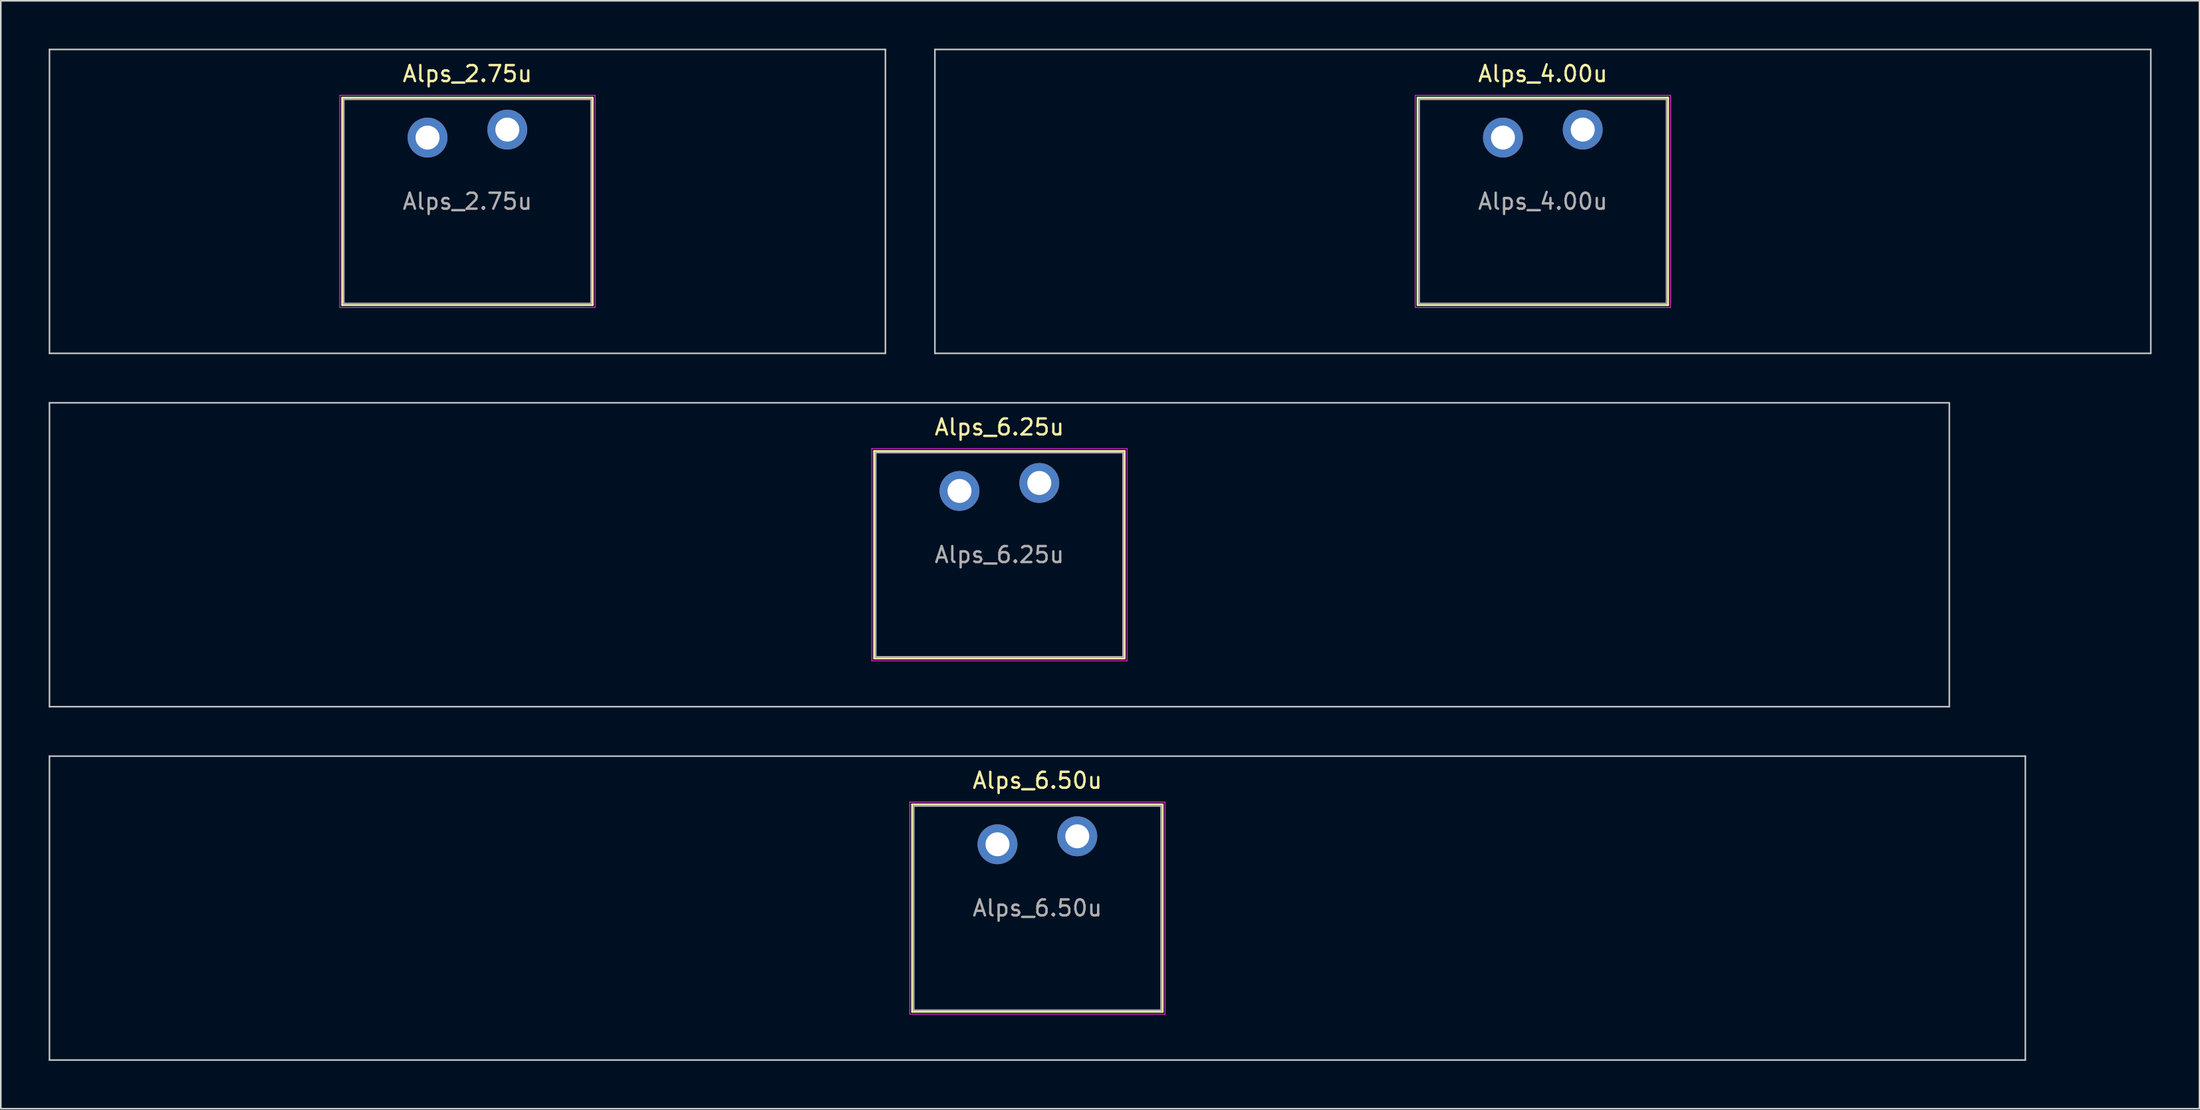
<source format=kicad_pcb>
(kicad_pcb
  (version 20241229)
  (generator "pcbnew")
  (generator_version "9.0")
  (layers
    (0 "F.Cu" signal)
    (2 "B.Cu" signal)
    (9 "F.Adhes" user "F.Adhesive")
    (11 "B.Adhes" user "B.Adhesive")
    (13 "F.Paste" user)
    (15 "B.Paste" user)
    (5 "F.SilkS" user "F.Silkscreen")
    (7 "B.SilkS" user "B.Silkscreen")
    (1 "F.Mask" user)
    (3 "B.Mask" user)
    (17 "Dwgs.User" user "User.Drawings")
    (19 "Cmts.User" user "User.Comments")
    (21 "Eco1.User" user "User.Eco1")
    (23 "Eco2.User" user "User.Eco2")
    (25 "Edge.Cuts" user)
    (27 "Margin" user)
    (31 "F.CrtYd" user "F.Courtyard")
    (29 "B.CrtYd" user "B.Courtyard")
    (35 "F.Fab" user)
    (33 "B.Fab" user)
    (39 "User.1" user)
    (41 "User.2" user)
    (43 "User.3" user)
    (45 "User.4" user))
  (footprint "Alps_6.25u"
    (layer "F.Cu")
    (at 59.581 31.725)
    (property "Reference" "Alps_6.25u" (at 0 -8 0) (layer "F.SilkS") (effects (font (size 1 1) (thickness 0.15))))
    (attr through_hole)
    (fp_line (start -7.85 -6.5) (end -7.85 6.5) (stroke (width 0.12) (type solid)) (layer "F.SilkS"))
    (fp_line (start -7.85 6.5) (end 7.85 6.5) (stroke (width 0.12) (type solid)) (layer "F.SilkS"))
    (fp_line (start 7.85 -6.5) (end -7.85 -6.5) (stroke (width 0.12) (type solid)) (layer "F.SilkS"))
    (fp_line (start 7.85 6.5) (end 7.85 -6.5) (stroke (width 0.12) (type solid)) (layer "F.SilkS"))
    (fp_line (start -59.531 -9.525) (end -59.531 9.525) (stroke (width 0.1) (type solid)) (layer "Dwgs.User"))
    (fp_line (start -59.531 9.525) (end 59.531 9.525) (stroke (width 0.1) (type solid)) (layer "Dwgs.User"))
    (fp_line (start 59.531 -9.525) (end -59.531 -9.525) (stroke (width 0.1) (type solid)) (layer "Dwgs.User"))
    (fp_line (start 59.531 9.525) (end 59.531 -9.525) (stroke (width 0.1) (type solid)) (layer "Dwgs.User"))
    (fp_line (start -7.75 -6.4) (end -7.75 6.4) (stroke (width 0.1) (type solid)) (layer "Eco1.User"))
    (fp_line (start -7.75 6.4) (end 7.75 6.4) (stroke (width 0.1) (type solid)) (layer "Eco1.User"))
    (fp_line (start 7.75 -6.4) (end -7.75 -6.4) (stroke (width 0.1) (type solid)) (layer "Eco1.User"))
    (fp_line (start 7.75 6.4) (end 7.75 -6.4) (stroke (width 0.1) (type solid)) (layer "Eco1.User"))
    (fp_line (start -8 -6.65) (end -8 6.65) (stroke (width 0.05) (type solid)) (layer "F.CrtYd"))
    (fp_line (start -8 6.65) (end 8 6.65) (stroke (width 0.05) (type solid)) (layer "F.CrtYd"))
    (fp_line (start 8 -6.65) (end -8 -6.65) (stroke (width 0.05) (type solid)) (layer "F.CrtYd"))
    (fp_line (start 8 6.65) (end 8 -6.65) (stroke (width 0.05) (type solid)) (layer "F.CrtYd"))
    (fp_line (start -7.75 -6.4) (end -7.75 6.4) (stroke (width 0.1) (type solid)) (layer "F.Fab"))
    (fp_line (start -7.75 6.4) (end 7.75 6.4) (stroke (width 0.1) (type solid)) (layer "F.Fab"))
    (fp_line (start 7.75 -6.4) (end -7.75 -6.4) (stroke (width 0.1) (type solid)) (layer "F.Fab"))
    (fp_line (start 7.75 6.4) (end 7.75 -6.4) (stroke (width 0.1) (type solid)) (layer "F.Fab"))
    (fp_text user "${REFERENCE}" (at 0 0 0) (layer "F.Fab") (effects (font (size 1 1) (thickness 0.15))))
    (pad "1" thru_hole circle (at -2.5 -4) (size 2.5 2.5) (drill 1.5) (layers "*.Cu" "*.Mask"))
    (pad "2" thru_hole circle (at 2.5 -4.5) (size 2.5 2.5) (drill 1.5) (layers "*.Cu" "*.Mask")))
  (footprint "Alps_6.50u"
    (layer "F.Cu")
    (at 61.962 53.875)
    (property "Reference" "Alps_6.50u" (at 0 -8 0) (layer "F.SilkS") (effects (font (size 1 1) (thickness 0.15))))
    (attr through_hole)
    (fp_line (start -7.85 -6.5) (end -7.85 6.5) (stroke (width 0.12) (type solid)) (layer "F.SilkS"))
    (fp_line (start -7.85 6.5) (end 7.85 6.5) (stroke (width 0.12) (type solid)) (layer "F.SilkS"))
    (fp_line (start 7.85 -6.5) (end -7.85 -6.5) (stroke (width 0.12) (type solid)) (layer "F.SilkS"))
    (fp_line (start 7.85 6.5) (end 7.85 -6.5) (stroke (width 0.12) (type solid)) (layer "F.SilkS"))
    (fp_line (start -61.913 -9.525) (end -61.913 9.525) (stroke (width 0.1) (type solid)) (layer "Dwgs.User"))
    (fp_line (start -61.913 9.525) (end 61.913 9.525) (stroke (width 0.1) (type solid)) (layer "Dwgs.User"))
    (fp_line (start 61.913 -9.525) (end -61.913 -9.525) (stroke (width 0.1) (type solid)) (layer "Dwgs.User"))
    (fp_line (start 61.913 9.525) (end 61.913 -9.525) (stroke (width 0.1) (type solid)) (layer "Dwgs.User"))
    (fp_line (start -7.75 -6.4) (end -7.75 6.4) (stroke (width 0.1) (type solid)) (layer "Eco1.User"))
    (fp_line (start -7.75 6.4) (end 7.75 6.4) (stroke (width 0.1) (type solid)) (layer "Eco1.User"))
    (fp_line (start 7.75 -6.4) (end -7.75 -6.4) (stroke (width 0.1) (type solid)) (layer "Eco1.User"))
    (fp_line (start 7.75 6.4) (end 7.75 -6.4) (stroke (width 0.1) (type solid)) (layer "Eco1.User"))
    (fp_line (start -8 -6.65) (end -8 6.65) (stroke (width 0.05) (type solid)) (layer "F.CrtYd"))
    (fp_line (start -8 6.65) (end 8 6.65) (stroke (width 0.05) (type solid)) (layer "F.CrtYd"))
    (fp_line (start 8 -6.65) (end -8 -6.65) (stroke (width 0.05) (type solid)) (layer "F.CrtYd"))
    (fp_line (start 8 6.65) (end 8 -6.65) (stroke (width 0.05) (type solid)) (layer "F.CrtYd"))
    (fp_line (start -7.75 -6.4) (end -7.75 6.4) (stroke (width 0.1) (type solid)) (layer "F.Fab"))
    (fp_line (start -7.75 6.4) (end 7.75 6.4) (stroke (width 0.1) (type solid)) (layer "F.Fab"))
    (fp_line (start 7.75 -6.4) (end -7.75 -6.4) (stroke (width 0.1) (type solid)) (layer "F.Fab"))
    (fp_line (start 7.75 6.4) (end 7.75 -6.4) (stroke (width 0.1) (type solid)) (layer "F.Fab"))
    (fp_text user "${REFERENCE}" (at 0 0 0) (layer "F.Fab") (effects (font (size 1 1) (thickness 0.15))))
    (pad "1" thru_hole circle (at -2.5 -4) (size 2.5 2.5) (drill 1.5) (layers "*.Cu" "*.Mask"))
    (pad "2" thru_hole circle (at 2.5 -4.5) (size 2.5 2.5) (drill 1.5) (layers "*.Cu" "*.Mask")))
  (footprint "Alps_2.75u"
    (layer "F.Cu")
    (at 26.244 9.575)
    (property "Reference" "Alps_2.75u" (at 0 -8 0) (layer "F.SilkS") (effects (font (size 1 1) (thickness 0.15))))
    (attr through_hole)
    (fp_line (start -7.85 -6.5) (end -7.85 6.5) (stroke (width 0.12) (type solid)) (layer "F.SilkS"))
    (fp_line (start -7.85 6.5) (end 7.85 6.5) (stroke (width 0.12) (type solid)) (layer "F.SilkS"))
    (fp_line (start 7.85 -6.5) (end -7.85 -6.5) (stroke (width 0.12) (type solid)) (layer "F.SilkS"))
    (fp_line (start 7.85 6.5) (end 7.85 -6.5) (stroke (width 0.12) (type solid)) (layer "F.SilkS"))
    (fp_line (start -26.194 -9.525) (end -26.194 9.525) (stroke (width 0.1) (type solid)) (layer "Dwgs.User"))
    (fp_line (start -26.194 9.525) (end 26.194 9.525) (stroke (width 0.1) (type solid)) (layer "Dwgs.User"))
    (fp_line (start 26.194 -9.525) (end -26.194 -9.525) (stroke (width 0.1) (type solid)) (layer "Dwgs.User"))
    (fp_line (start 26.194 9.525) (end 26.194 -9.525) (stroke (width 0.1) (type solid)) (layer "Dwgs.User"))
    (fp_line (start -7.75 -6.4) (end -7.75 6.4) (stroke (width 0.1) (type solid)) (layer "Eco1.User"))
    (fp_line (start -7.75 6.4) (end 7.75 6.4) (stroke (width 0.1) (type solid)) (layer "Eco1.User"))
    (fp_line (start 7.75 -6.4) (end -7.75 -6.4) (stroke (width 0.1) (type solid)) (layer "Eco1.User"))
    (fp_line (start 7.75 6.4) (end 7.75 -6.4) (stroke (width 0.1) (type solid)) (layer "Eco1.User"))
    (fp_line (start -8 -6.65) (end -8 6.65) (stroke (width 0.05) (type solid)) (layer "F.CrtYd"))
    (fp_line (start -8 6.65) (end 8 6.65) (stroke (width 0.05) (type solid)) (layer "F.CrtYd"))
    (fp_line (start 8 -6.65) (end -8 -6.65) (stroke (width 0.05) (type solid)) (layer "F.CrtYd"))
    (fp_line (start 8 6.65) (end 8 -6.65) (stroke (width 0.05) (type solid)) (layer "F.CrtYd"))
    (fp_line (start -7.75 -6.4) (end -7.75 6.4) (stroke (width 0.1) (type solid)) (layer "F.Fab"))
    (fp_line (start -7.75 6.4) (end 7.75 6.4) (stroke (width 0.1) (type solid)) (layer "F.Fab"))
    (fp_line (start 7.75 -6.4) (end -7.75 -6.4) (stroke (width 0.1) (type solid)) (layer "F.Fab"))
    (fp_line (start 7.75 6.4) (end 7.75 -6.4) (stroke (width 0.1) (type solid)) (layer "F.Fab"))
    (fp_text user "${REFERENCE}" (at 0 0 0) (layer "F.Fab") (effects (font (size 1 1) (thickness 0.15))))
    (pad "1" thru_hole circle (at -2.5 -4) (size 2.5 2.5) (drill 1.5) (layers "*.Cu" "*.Mask"))
    (pad "2" thru_hole circle (at 2.5 -4.5) (size 2.5 2.5) (drill 1.5) (layers "*.Cu" "*.Mask")))
  (footprint "Alps_4.00u"
    (layer "F.Cu")
    (at 93.638 9.575)
    (property "Reference" "Alps_4.00u" (at 0 -8 0) (layer "F.SilkS") (effects (font (size 1 1) (thickness 0.15))))
    (attr through_hole)
    (fp_line (start -7.85 -6.5) (end -7.85 6.5) (stroke (width 0.12) (type solid)) (layer "F.SilkS"))
    (fp_line (start -7.85 6.5) (end 7.85 6.5) (stroke (width 0.12) (type solid)) (layer "F.SilkS"))
    (fp_line (start 7.85 -6.5) (end -7.85 -6.5) (stroke (width 0.12) (type solid)) (layer "F.SilkS"))
    (fp_line (start 7.85 6.5) (end 7.85 -6.5) (stroke (width 0.12) (type solid)) (layer "F.SilkS"))
    (fp_line (start -38.1 -9.525) (end -38.1 9.525) (stroke (width 0.1) (type solid)) (layer "Dwgs.User"))
    (fp_line (start -38.1 9.525) (end 38.1 9.525) (stroke (width 0.1) (type solid)) (layer "Dwgs.User"))
    (fp_line (start 38.1 -9.525) (end -38.1 -9.525) (stroke (width 0.1) (type solid)) (layer "Dwgs.User"))
    (fp_line (start 38.1 9.525) (end 38.1 -9.525) (stroke (width 0.1) (type solid)) (layer "Dwgs.User"))
    (fp_line (start -7.75 -6.4) (end -7.75 6.4) (stroke (width 0.1) (type solid)) (layer "Eco1.User"))
    (fp_line (start -7.75 6.4) (end 7.75 6.4) (stroke (width 0.1) (type solid)) (layer "Eco1.User"))
    (fp_line (start 7.75 -6.4) (end -7.75 -6.4) (stroke (width 0.1) (type solid)) (layer "Eco1.User"))
    (fp_line (start 7.75 6.4) (end 7.75 -6.4) (stroke (width 0.1) (type solid)) (layer "Eco1.User"))
    (fp_line (start -8 -6.65) (end -8 6.65) (stroke (width 0.05) (type solid)) (layer "F.CrtYd"))
    (fp_line (start -8 6.65) (end 8 6.65) (stroke (width 0.05) (type solid)) (layer "F.CrtYd"))
    (fp_line (start 8 -6.65) (end -8 -6.65) (stroke (width 0.05) (type solid)) (layer "F.CrtYd"))
    (fp_line (start 8 6.65) (end 8 -6.65) (stroke (width 0.05) (type solid)) (layer "F.CrtYd"))
    (fp_line (start -7.75 -6.4) (end -7.75 6.4) (stroke (width 0.1) (type solid)) (layer "F.Fab"))
    (fp_line (start -7.75 6.4) (end 7.75 6.4) (stroke (width 0.1) (type solid)) (layer "F.Fab"))
    (fp_line (start 7.75 -6.4) (end -7.75 -6.4) (stroke (width 0.1) (type solid)) (layer "F.Fab"))
    (fp_line (start 7.75 6.4) (end 7.75 -6.4) (stroke (width 0.1) (type solid)) (layer "F.Fab"))
    (fp_text user "${REFERENCE}" (at 0 0 0) (layer "F.Fab") (effects (font (size 1 1) (thickness 0.15))))
    (pad "1" thru_hole circle (at -2.5 -4) (size 2.5 2.5) (drill 1.5) (layers "*.Cu" "*.Mask"))
    (pad "2" thru_hole circle (at 2.5 -4.5) (size 2.5 2.5) (drill 1.5) (layers "*.Cu" "*.Mask")))
  (gr_rect
    (start -3 -3)
    (end 134.787 66.45)
    (stroke (width 0.1) (type default))
    (fill no)
    (layer "Edge.Cuts")))
</source>
